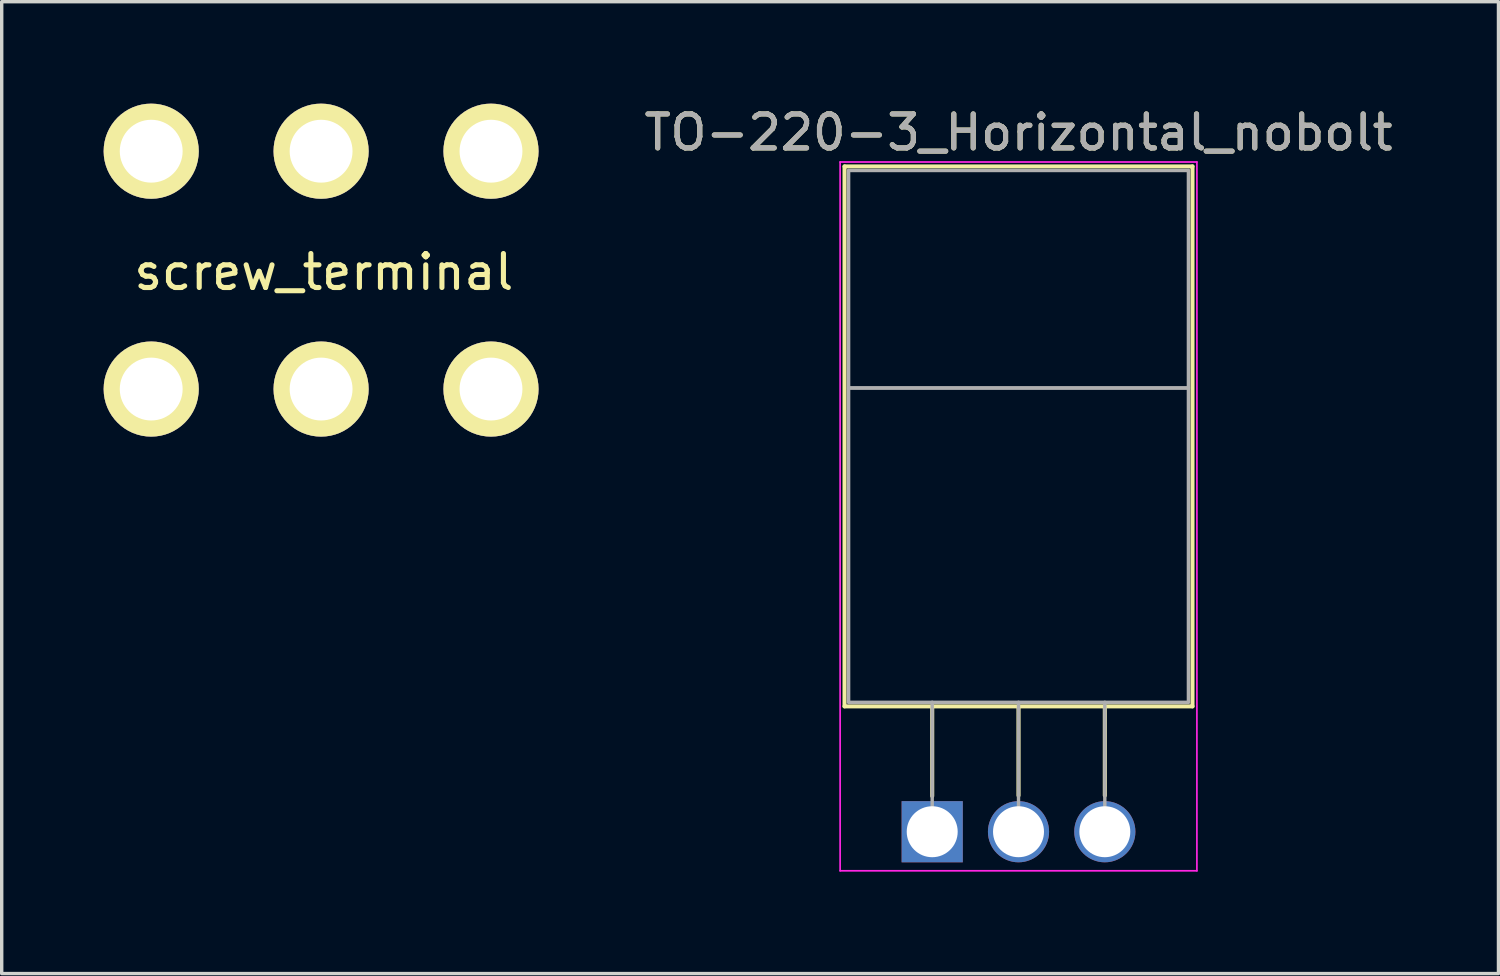
<source format=kicad_pcb>
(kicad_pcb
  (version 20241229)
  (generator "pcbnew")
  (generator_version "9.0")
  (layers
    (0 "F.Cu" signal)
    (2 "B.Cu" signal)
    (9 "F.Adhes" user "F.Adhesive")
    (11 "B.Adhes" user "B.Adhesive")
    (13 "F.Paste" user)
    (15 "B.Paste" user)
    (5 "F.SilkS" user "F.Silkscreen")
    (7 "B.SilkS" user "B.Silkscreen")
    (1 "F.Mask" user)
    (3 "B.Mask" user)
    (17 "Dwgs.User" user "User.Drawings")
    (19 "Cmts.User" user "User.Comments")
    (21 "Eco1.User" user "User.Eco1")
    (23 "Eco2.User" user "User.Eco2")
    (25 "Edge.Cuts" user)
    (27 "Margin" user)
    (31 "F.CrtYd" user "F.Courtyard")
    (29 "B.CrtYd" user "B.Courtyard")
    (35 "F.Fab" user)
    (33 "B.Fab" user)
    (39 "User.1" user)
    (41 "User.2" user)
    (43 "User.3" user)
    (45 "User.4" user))
  (footprint "screw_terminal"
    (layer "F.Cu")
    (at 1.4 1.4)
    (property "Reference" "screw_terminal" (at 5.08 3.556 0) (layer "F.SilkS") (effects (font (size 1 1) (thickness 0.15))))
    (attr through_hole)
    (pad "1" thru_hole circle (at 0 0) (size 2.8 2.8) (drill 1.85) (layers "*.Cu" "*.Mask" "F.SilkS"))
    (pad "1" thru_hole circle (at 0 7) (size 2.8 2.8) (drill 1.85) (layers "*.Cu" "*.Mask" "F.SilkS"))
    (pad "1" thru_hole circle (at 5 0) (size 2.8 2.8) (drill 1.85) (layers "*.Cu" "*.Mask" "F.SilkS"))
    (pad "1" thru_hole circle (at 5 7) (size 2.8 2.8) (drill 1.85) (layers "*.Cu" "*.Mask" "F.SilkS"))
    (pad "1" thru_hole circle (at 10 0) (size 2.8 2.8) (drill 1.85) (layers "*.Cu" "*.Mask" "F.SilkS"))
    (pad "1" thru_hole circle (at 10 7) (size 2.8 2.8) (drill 1.85) (layers "*.Cu" "*.Mask" "F.SilkS")))
  (footprint "TO-220-3_Horizontal_nobolt"
    (layer "F.Cu")
    (at 24.385 21.428)
    (property "Reference" "TO-220-3_Horizontal_nobolt" (at 2.54 -20.58 0) (layer "F.SilkS") (effects (font (size 1 1) (thickness 0.15))))
    (attr through_hole)
    (fp_line (start -2.58 -19.58) (end -2.58 -3.69) (stroke (width 0.12) (type solid)) (layer "F.SilkS"))
    (fp_line (start -2.58 -19.58) (end 7.66 -19.58) (stroke (width 0.12) (type solid)) (layer "F.SilkS"))
    (fp_line (start -2.58 -3.69) (end 7.66 -3.69) (stroke (width 0.12) (type solid)) (layer "F.SilkS"))
    (fp_line (start 0 -3.69) (end 0 -1.05) (stroke (width 0.12) (type solid)) (layer "F.SilkS"))
    (fp_line (start 2.54 -3.69) (end 2.54 -1.066) (stroke (width 0.12) (type solid)) (layer "F.SilkS"))
    (fp_line (start 5.08 -3.69) (end 5.08 -1.066) (stroke (width 0.12) (type solid)) (layer "F.SilkS"))
    (fp_line (start 7.66 -19.58) (end 7.66 -3.69) (stroke (width 0.12) (type solid)) (layer "F.SilkS"))
    (fp_line (start -2.71 -19.71) (end -2.71 1.15) (stroke (width 0.05) (type solid)) (layer "F.CrtYd"))
    (fp_line (start -2.71 1.15) (end 7.79 1.15) (stroke (width 0.05) (type solid)) (layer "F.CrtYd"))
    (fp_line (start 7.79 -19.71) (end -2.71 -19.71) (stroke (width 0.05) (type solid)) (layer "F.CrtYd"))
    (fp_line (start 7.79 1.15) (end 7.79 -19.71) (stroke (width 0.05) (type solid)) (layer "F.CrtYd"))
    (fp_line (start -2.46 -19.46) (end 7.54 -19.46) (stroke (width 0.1) (type solid)) (layer "F.Fab"))
    (fp_line (start -2.46 -13.06) (end -2.46 -19.46) (stroke (width 0.1) (type solid)) (layer "F.Fab"))
    (fp_line (start -2.46 -13.06) (end 7.54 -13.06) (stroke (width 0.1) (type solid)) (layer "F.Fab"))
    (fp_line (start -2.46 -3.81) (end -2.46 -13.06) (stroke (width 0.1) (type solid)) (layer "F.Fab"))
    (fp_line (start 0 -3.81) (end 0 0) (stroke (width 0.1) (type solid)) (layer "F.Fab"))
    (fp_line (start 2.54 -3.81) (end 2.54 0) (stroke (width 0.1) (type solid)) (layer "F.Fab"))
    (fp_line (start 5.08 -3.81) (end 5.08 0) (stroke (width 0.1) (type solid)) (layer "F.Fab"))
    (fp_line (start 7.54 -19.46) (end 7.54 -13.06) (stroke (width 0.1) (type solid)) (layer "F.Fab"))
    (fp_line (start 7.54 -13.06) (end -2.46 -13.06) (stroke (width 0.1) (type solid)) (layer "F.Fab"))
    (fp_line (start 7.54 -13.06) (end 7.54 -3.81) (stroke (width 0.1) (type solid)) (layer "F.Fab"))
    (fp_line (start 7.54 -3.81) (end -2.46 -3.81) (stroke (width 0.1) (type solid)) (layer "F.Fab"))
    (fp_text user "${REFERENCE}" (at 2.54 -20.58 0) (layer "F.Fab") (effects (font (size 1 1) (thickness 0.15))))
    (pad "1" thru_hole rect (at 0 0) (size 1.8 1.8) (drill 1.5) (layers "*.Cu" "*.Mask"))
    (pad "2" thru_hole oval (at 2.54 0) (size 1.8 1.8) (drill 1.5) (layers "*.Cu" "*.Mask"))
    (pad "3" thru_hole oval (at 5.08 0) (size 1.8 1.8) (drill 1.5) (layers "*.Cu" "*.Mask")))
  (gr_rect
    (start -3 -3)
    (end 41.05 25.603)
    (stroke (width 0.1) (type default))
    (fill no)
    (layer "Edge.Cuts")))
</source>
